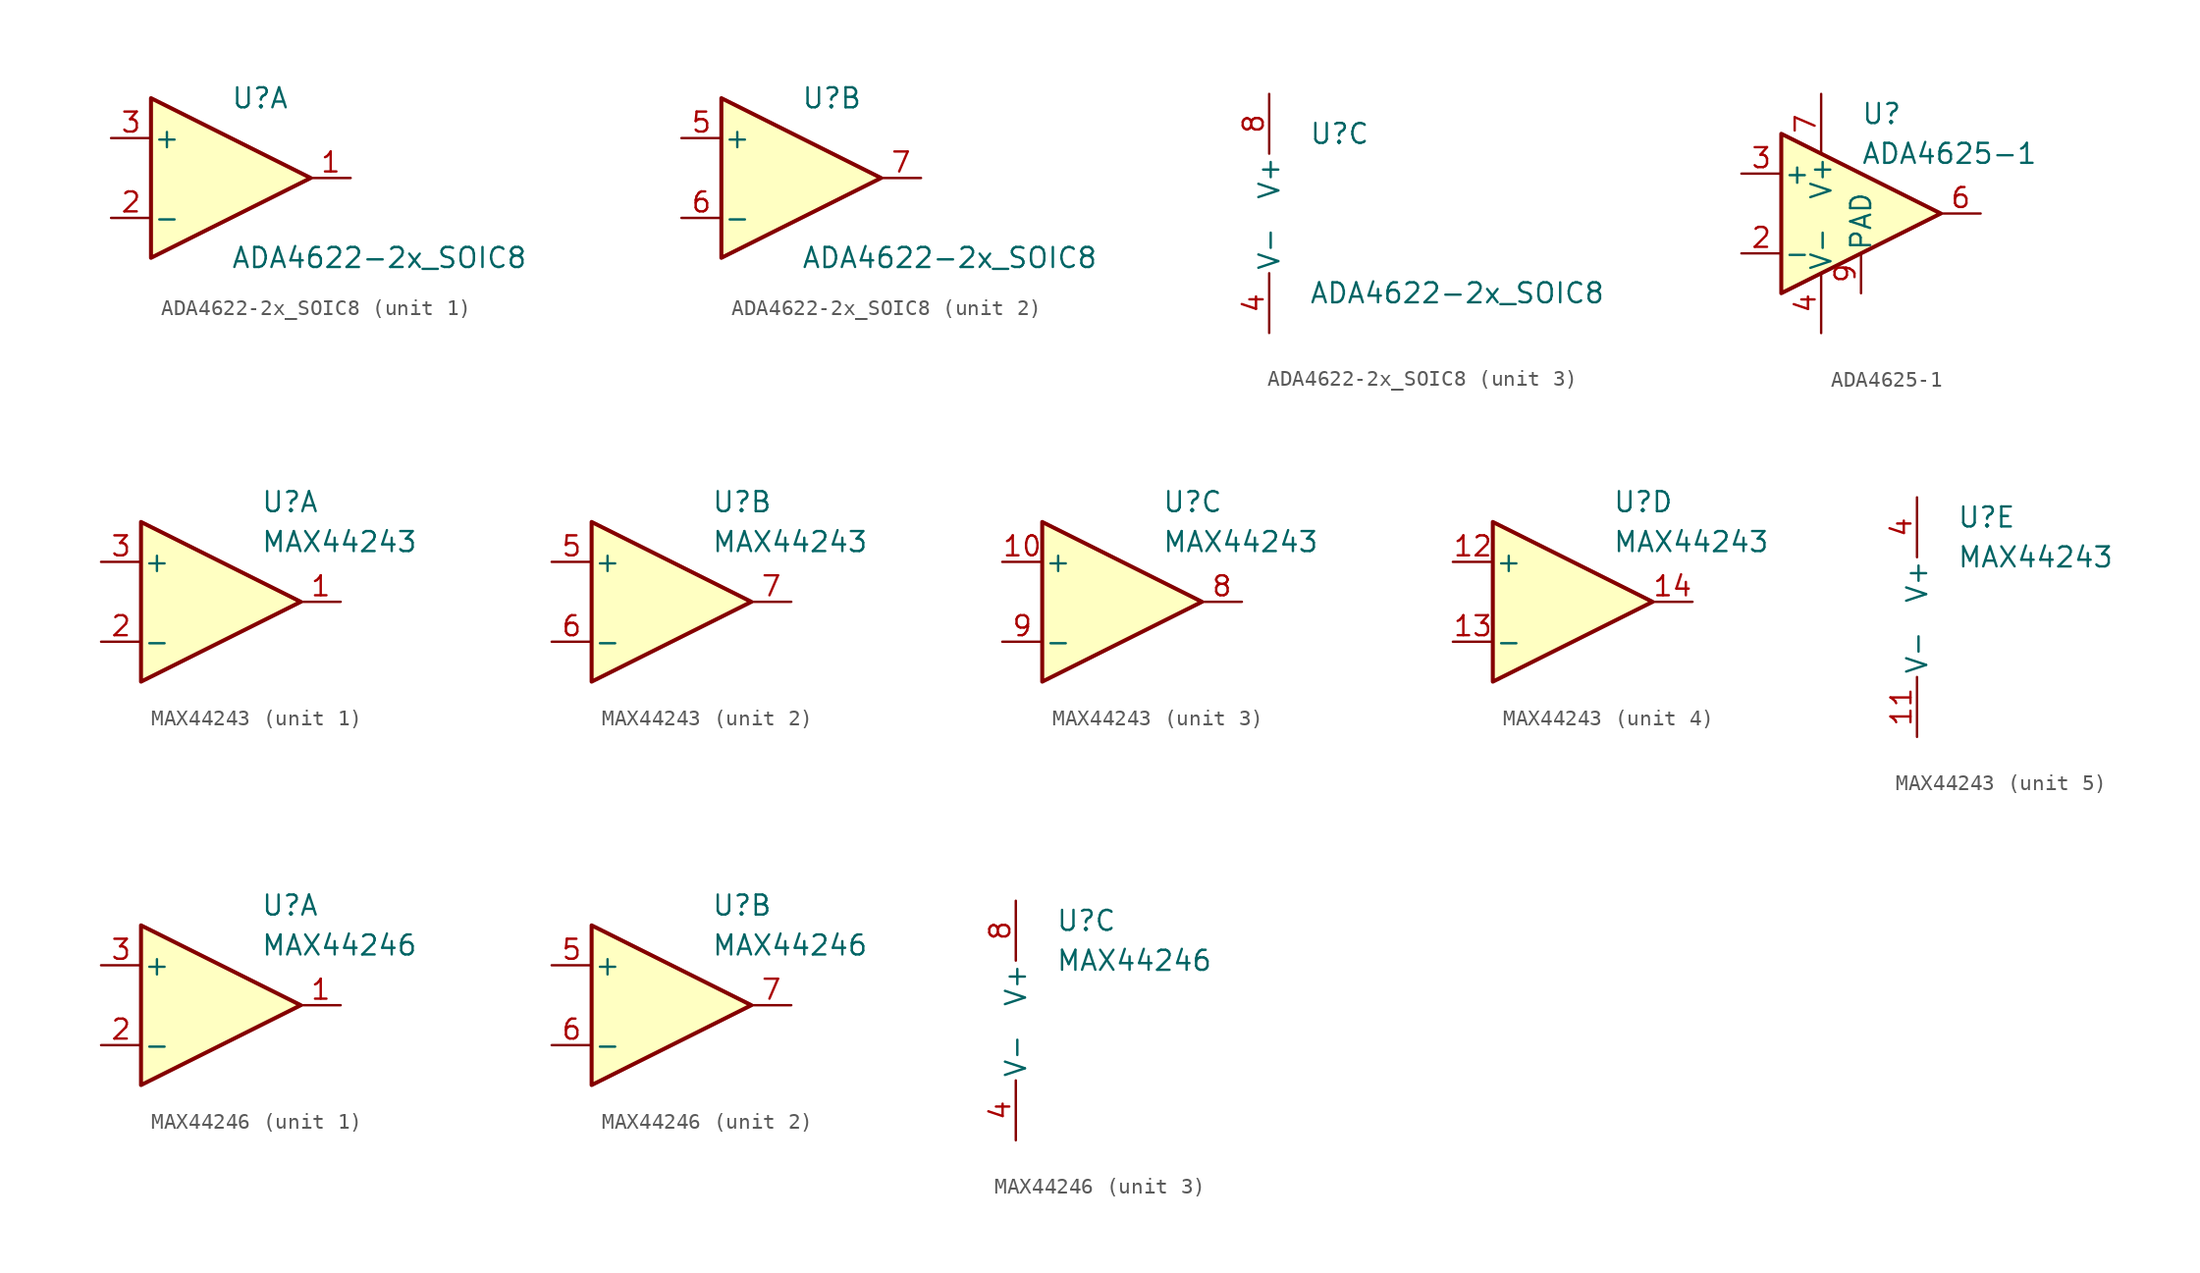
<source format=kicad_sym>
(kicad_symbol_lib
  (version 20220914)
  (generator kicad_symbol_editor)
  (symbol "ADA4622-2x_SOIC8"
    (pin_names
      (offset 0.127))
    (property "Reference" "U"
      (at 0 5.08 0)
      (effects (font (size 1.27 1.27)) (justify left)))
    (property "Value" "ADA4622-2x_SOIC8"
      (at 0 -5.08 0)
      (effects (font (size 1.27 1.27)) (justify left)))
    (property "ki_locked" ""
      (at 0 0 0)
      (effects (font (size 1.27 1.27))))
    (symbol "ADA4622-2x_SOIC8_1_1"
      (polyline (pts (xy -5.08 5.08) (xy 5.08 0) (xy -5.08 -5.08) (xy -5.08 5.08)) (stroke (width 0.254) (type default)) (fill (type background)))
      (pin output line (at 7.62 0 180) (length 2.54) (name "~" (effects (font (size 1.27 1.27)))) (number "1" (effects (font (size 1.27 1.27)))))
      (pin input line (at -7.62 -2.54 0) (length 2.54) (name "-" (effects (font (size 1.27 1.27)))) (number "2" (effects (font (size 1.27 1.27)))))
      (pin input line (at -7.62 2.54 0) (length 2.54) (name "+" (effects (font (size 1.27 1.27)))) (number "3" (effects (font (size 1.27 1.27))))))
    (symbol "ADA4622-2x_SOIC8_2_1"
      (polyline (pts (xy -5.08 5.08) (xy 5.08 0) (xy -5.08 -5.08) (xy -5.08 5.08)) (stroke (width 0.254) (type default)) (fill (type background)))
      (pin input line (at -7.62 2.54 0) (length 2.54) (name "+" (effects (font (size 1.27 1.27)))) (number "5" (effects (font (size 1.27 1.27)))))
      (pin input line (at -7.62 -2.54 0) (length 2.54) (name "-" (effects (font (size 1.27 1.27)))) (number "6" (effects (font (size 1.27 1.27)))))
      (pin output line (at 7.62 0 180) (length 2.54) (name "~" (effects (font (size 1.27 1.27)))) (number "7" (effects (font (size 1.27 1.27))))))
    (symbol "ADA4622-2x_SOIC8_3_1"
      (pin power_in line (at -2.54 -7.62 90) (length 3.81) (name "V-" (effects (font (size 1.27 1.27)))) (number "4" (effects (font (size 1.27 1.27)))))
      (pin power_in line (at -2.54 7.62 270) (length 3.81) (name "V+" (effects (font (size 1.27 1.27)))) (number "8" (effects (font (size 1.27 1.27)))))))
  (symbol "ADA4625-1"
    (pin_names
      (offset 0.127))
    (property "Reference" "U"
      (at 0 6.35 0)
      (effects (font (size 1.27 1.27)) (justify left)))
    (property "Value" "ADA4625-1"
      (at 0 3.81 0)
      (effects (font (size 1.27 1.27)) (justify left)))
    (symbol "ADA4625-1_0_1"
      (polyline (pts (xy -5.08 5.08) (xy 5.08 0) (xy -5.08 -5.08) (xy -5.08 5.08)) (stroke (width 0.254) (type default)) (fill (type background))))
    (symbol "ADA4625-1_1_1"
      (pin no_connect line (at -2.54 2.54 270) (length 2.54) hide (name "NC" (effects (font (size 1.27 1.27)))) (number "1" (effects (font (size 1.27 1.27)))))
      (pin input line (at -7.62 -2.54 0) (length 2.54) (name "-" (effects (font (size 1.27 1.27)))) (number "2" (effects (font (size 1.27 1.27)))))
      (pin input line (at -7.62 2.54 0) (length 2.54) (name "+" (effects (font (size 1.27 1.27)))) (number "3" (effects (font (size 1.27 1.27)))))
      (pin power_in line (at -2.54 -7.62 90) (length 3.81) (name "V-" (effects (font (size 1.27 1.27)))) (number "4" (effects (font (size 1.27 1.27)))))
      (pin no_connect line (at 0 2.54 270) (length 2.54) hide (name "NC" (effects (font (size 1.27 1.27)))) (number "5" (effects (font (size 1.27 1.27)))))
      (pin output line (at 7.62 0 180) (length 2.54) (name "~" (effects (font (size 1.27 1.27)))) (number "6" (effects (font (size 1.27 1.27)))))
      (pin power_in line (at -2.54 7.62 270) (length 3.81) (name "V+" (effects (font (size 1.27 1.27)))) (number "7" (effects (font (size 1.27 1.27)))))
      (pin no_connect line (at 0 -2.54 90) (length 2.54) hide (name "NC" (effects (font (size 1.27 1.27)))) (number "8" (effects (font (size 1.27 1.27)))))
      (pin input line (at 0 -5.08 90) (length 2.54) (name "PAD" (effects (font (size 1.27 1.27)))) (number "9" (effects (font (size 1.27 1.27)))))))
  (symbol "MAX44243"
    (pin_names
      (offset 0.127))
    (property "Reference" "U"
      (at 2.54 6.35 0)
      (effects (font (size 1.27 1.27)) (justify left)))
    (property "Value" "MAX44243"
      (at 2.54 3.81 0)
      (effects (font (size 1.27 1.27)) (justify left)))
    (property "ki_locked" ""
      (at 0 0 0)
      (effects (font (size 1.27 1.27))))
    (symbol "MAX44243_1_1"
      (polyline (pts (xy 5.08 0) (xy -5.08 5.08) (xy -5.08 -5.08) (xy 5.08 0)) (stroke (width 0.254) (type default)) (fill (type background)))
      (pin output line (at 7.62 0 180) (length 2.54) (name "~" (effects (font (size 1.27 1.27)))) (number "1" (effects (font (size 1.27 1.27)))))
      (pin input line (at -7.62 -2.54 0) (length 2.54) (name "-" (effects (font (size 1.27 1.27)))) (number "2" (effects (font (size 1.27 1.27)))))
      (pin input line (at -7.62 2.54 0) (length 2.54) (name "+" (effects (font (size 1.27 1.27)))) (number "3" (effects (font (size 1.27 1.27))))))
    (symbol "MAX44243_2_1"
      (polyline (pts (xy -5.08 5.08) (xy -5.08 -5.08) (xy 5.08 0) (xy -5.08 5.08)) (stroke (width 0.254) (type default)) (fill (type background)))
      (pin input line (at -7.62 2.54 0) (length 2.54) (name "+" (effects (font (size 1.27 1.27)))) (number "5" (effects (font (size 1.27 1.27)))))
      (pin input line (at -7.62 -2.54 0) (length 2.54) (name "-" (effects (font (size 1.27 1.27)))) (number "6" (effects (font (size 1.27 1.27)))))
      (pin output line (at 7.62 0 180) (length 2.54) (name "~" (effects (font (size 1.27 1.27)))) (number "7" (effects (font (size 1.27 1.27))))))
    (symbol "MAX44243_3_1"
      (polyline (pts (xy 5.08 0) (xy -5.08 5.08) (xy -5.08 -5.08) (xy 5.08 0)) (stroke (width 0.254) (type default)) (fill (type background)))
      (pin input line (at -7.62 2.54 0) (length 2.54) (name "+" (effects (font (size 1.27 1.27)))) (number "10" (effects (font (size 1.27 1.27)))))
      (pin output line (at 7.62 0 180) (length 2.54) (name "~" (effects (font (size 1.27 1.27)))) (number "8" (effects (font (size 1.27 1.27)))))
      (pin input line (at -7.62 -2.54 0) (length 2.54) (name "-" (effects (font (size 1.27 1.27)))) (number "9" (effects (font (size 1.27 1.27))))))
    (symbol "MAX44243_4_1"
      (polyline (pts (xy -5.08 5.08) (xy 5.08 0) (xy -5.08 -5.08) (xy -5.08 5.08)) (stroke (width 0.254) (type default)) (fill (type background)))
      (pin input line (at -7.62 2.54 0) (length 2.54) (name "+" (effects (font (size 1.27 1.27)))) (number "12" (effects (font (size 1.27 1.27)))))
      (pin input line (at -7.62 -2.54 0) (length 2.54) (name "-" (effects (font (size 1.27 1.27)))) (number "13" (effects (font (size 1.27 1.27)))))
      (pin output line (at 7.62 0 180) (length 2.54) (name "~" (effects (font (size 1.27 1.27)))) (number "14" (effects (font (size 1.27 1.27))))))
    (symbol "MAX44243_5_1"
      (pin power_in line (at 0 -7.62 90) (length 3.81) (name "V-" (effects (font (size 1.27 1.27)))) (number "11" (effects (font (size 1.27 1.27)))))
      (pin power_in line (at 0 7.62 270) (length 3.81) (name "V+" (effects (font (size 1.27 1.27)))) (number "4" (effects (font (size 1.27 1.27)))))))
  (symbol "MAX44246"
    (pin_names
      (offset 0.127))
    (property "Reference" "U"
      (at 2.54 6.35 0)
      (effects (font (size 1.27 1.27)) (justify left)))
    (property "Value" "MAX44246"
      (at 2.54 3.81 0)
      (effects (font (size 1.27 1.27)) (justify left)))
    (property "ki_locked" ""
      (at 0 0 0)
      (effects (font (size 1.27 1.27))))
    (symbol "MAX44246_1_1"
      (polyline (pts (xy 5.08 0) (xy -5.08 5.08) (xy -5.08 -5.08) (xy 5.08 0)) (stroke (width 0.254) (type default)) (fill (type background)))
      (pin output line (at 7.62 0 180) (length 2.54) (name "~" (effects (font (size 1.27 1.27)))) (number "1" (effects (font (size 1.27 1.27)))))
      (pin input line (at -7.62 -2.54 0) (length 2.54) (name "-" (effects (font (size 1.27 1.27)))) (number "2" (effects (font (size 1.27 1.27)))))
      (pin input line (at -7.62 2.54 0) (length 2.54) (name "+" (effects (font (size 1.27 1.27)))) (number "3" (effects (font (size 1.27 1.27))))))
    (symbol "MAX44246_2_1"
      (polyline (pts (xy -5.08 5.08) (xy -5.08 -5.08) (xy 5.08 0) (xy -5.08 5.08)) (stroke (width 0.254) (type default)) (fill (type background)))
      (pin input line (at -7.62 2.54 0) (length 2.54) (name "+" (effects (font (size 1.27 1.27)))) (number "5" (effects (font (size 1.27 1.27)))))
      (pin input line (at -7.62 -2.54 0) (length 2.54) (name "-" (effects (font (size 1.27 1.27)))) (number "6" (effects (font (size 1.27 1.27)))))
      (pin output line (at 7.62 0 180) (length 2.54) (name "~" (effects (font (size 1.27 1.27)))) (number "7" (effects (font (size 1.27 1.27))))))
    (symbol "MAX44246_3_1"
      (pin power_in line (at 0 -7.62 90) (length 3.81) (name "V-" (effects (font (size 1.27 1.27)))) (number "4" (effects (font (size 1.27 1.27)))))
      (pin power_in line (at 0 7.62 270) (length 3.81) (name "V+" (effects (font (size 1.27 1.27)))) (number "8" (effects (font (size 1.27 1.27))))))))
</source>
